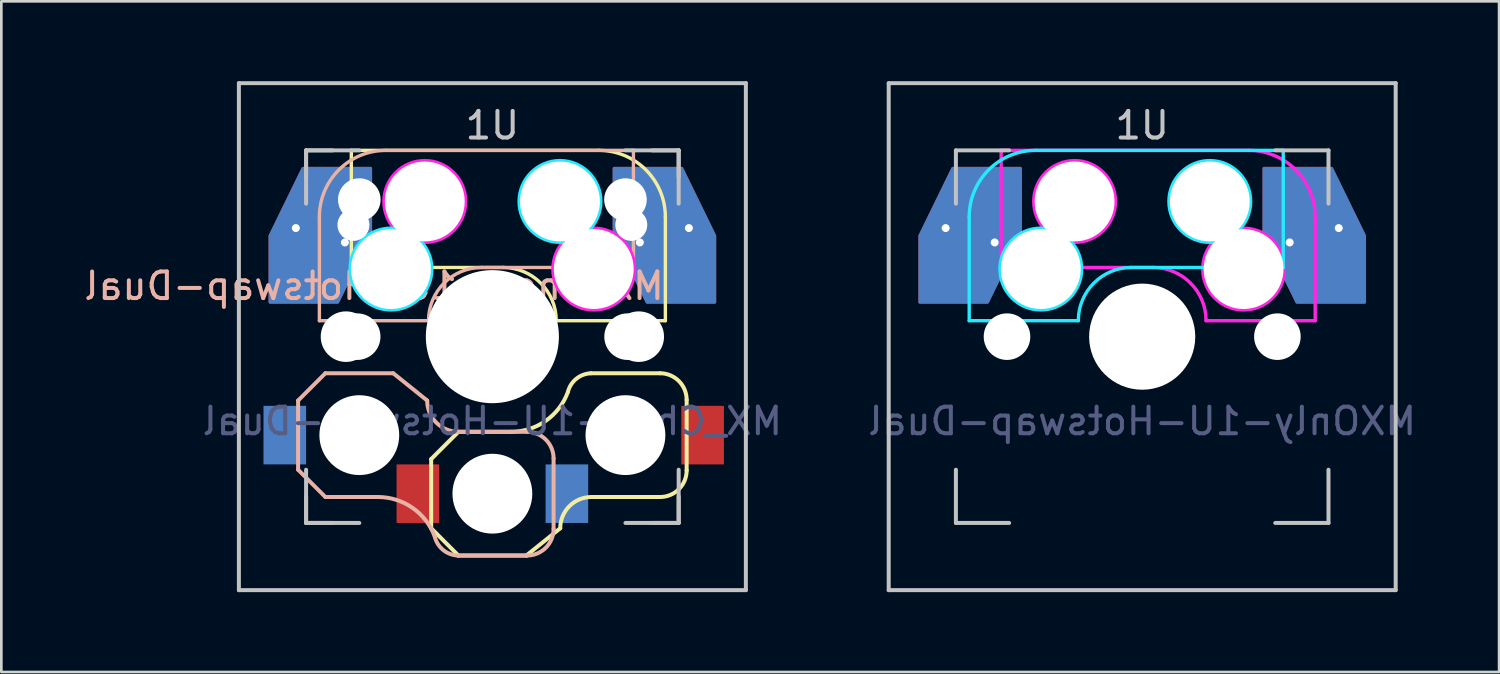
<source format=kicad_pcb>
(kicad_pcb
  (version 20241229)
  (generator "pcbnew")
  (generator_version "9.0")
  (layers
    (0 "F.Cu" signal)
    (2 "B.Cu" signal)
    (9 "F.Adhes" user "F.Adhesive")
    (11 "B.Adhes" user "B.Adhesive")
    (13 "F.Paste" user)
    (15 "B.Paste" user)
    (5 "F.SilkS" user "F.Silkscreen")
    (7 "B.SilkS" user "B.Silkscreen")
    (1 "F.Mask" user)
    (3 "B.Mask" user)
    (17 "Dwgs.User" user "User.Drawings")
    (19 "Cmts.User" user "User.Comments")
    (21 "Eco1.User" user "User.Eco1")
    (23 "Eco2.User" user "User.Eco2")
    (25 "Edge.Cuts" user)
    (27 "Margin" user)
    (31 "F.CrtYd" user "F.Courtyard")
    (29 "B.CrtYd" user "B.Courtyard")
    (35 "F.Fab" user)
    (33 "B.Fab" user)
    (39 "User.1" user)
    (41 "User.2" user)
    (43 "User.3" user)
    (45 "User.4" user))
  (footprint "MX_Choc-1U-Hotswap-Dual"
    (layer "F.Cu")
    (at 15.451 9.6)
    (property "Reference" "MX_Choc-1U-Hotswap-Dual" (at 0 3.175 0) (layer "B.Fab") (effects (font (size 1 1) (thickness 0.15)) (justify mirror)))
    (attr smd)
    (fp_line (start -5.3 -7) (end -5.3 -2.6) (stroke (width 0.127) (type solid)) (layer "F.SilkS"))
    (fp_line (start -5.3 -7) (end 4 -7) (stroke (width 0.127) (type solid)) (layer "F.SilkS"))
    (fp_line (start -2.3 4.6) (end -1.275 3.575) (stroke (width 0.15) (type solid)) (layer "F.SilkS"))
    (fp_line (start -2.3 7.2) (end -2.3 4.6) (stroke (width 0.15) (type solid)) (layer "F.SilkS"))
    (fp_line (start -2.3 7.2) (end -1.275 8.225) (stroke (width 0.15) (type solid)) (layer "F.SilkS"))
    (fp_line (start 0.4 -2.6) (end -5.3 -2.6) (stroke (width 0.127) (type solid)) (layer "F.SilkS"))
    (fp_line (start 0.7 3.575) (end -1.275 3.575) (stroke (width 0.15) (type solid)) (layer "F.SilkS"))
    (fp_line (start 1.275 8.225) (end -1.275 8.225) (stroke (width 0.15) (type solid)) (layer "F.SilkS"))
    (fp_line (start 1.275 8.225) (end 2.55 7.2) (stroke (width 0.15) (type solid)) (layer "F.SilkS"))
    (fp_line (start 6.3 1.375) (end 3.7 1.375) (stroke (width 0.15) (type solid)) (layer "F.SilkS"))
    (fp_line (start 6.3 6.025) (end 3.725 6.025) (stroke (width 0.15) (type solid)) (layer "F.SilkS"))
    (fp_line (start 6.5 -4.5) (end 6.5 -0.6) (stroke (width 0.127) (type solid)) (layer "F.SilkS"))
    (fp_line (start 6.5 -0.6) (end 2.4 -0.6) (stroke (width 0.127) (type solid)) (layer "F.SilkS"))
    (fp_line (start 7.3 5.025) (end 7.3 2.375) (stroke (width 0.15) (type solid)) (layer "F.SilkS"))
    (fp_arc (start 0.4 -2.6) (mid 1.814214 -2.014214) (end 2.4 -0.6) (stroke (width 0.127) (type solid)) (layer "F.SilkS"))
    (fp_arc (start 2.55 7.2) (mid 2.89415 6.36915) (end 3.725 6.025) (stroke (width 0.15) (type solid)) (layer "F.SilkS"))
    (fp_arc (start 2.837801 2.078096) (mid 2.004887 3.163571) (end 0.7 3.575) (stroke (width 0.15) (type solid)) (layer "F.SilkS"))
    (fp_arc (start 2.837801 2.078096) (mid 3.151716 1.583979) (end 3.699005 1.376209) (stroke (width 0.15) (type solid)) (layer "F.SilkS"))
    (fp_arc (start 4 -7) (mid 5.767767 -6.267767) (end 6.5 -4.5) (stroke (width 0.127) (type solid)) (layer "F.SilkS"))
    (fp_arc (start 6.3 1.375) (mid 7.007107 1.667893) (end 7.3 2.375) (stroke (width 0.15) (type solid)) (layer "F.SilkS"))
    (fp_arc (start 7.3 5.025) (mid 7.007107 5.732107) (end 6.3 6.025) (stroke (width 0.15) (type solid)) (layer "F.SilkS"))
    (fp_line (start -7.3 2.4) (end -7.3 5) (stroke (width 0.15) (type solid)) (layer "B.SilkS"))
    (fp_line (start -7.3 2.4) (end -6.275 1.375) (stroke (width 0.15) (type solid)) (layer "B.SilkS"))
    (fp_line (start -7.3 5) (end -6.275 6.025) (stroke (width 0.15) (type solid)) (layer "B.SilkS"))
    (fp_line (start -6.5 -4.5) (end -6.5 -0.6) (stroke (width 0.127) (type solid)) (layer "B.SilkS"))
    (fp_line (start -6.5 -0.6) (end -2.4 -0.6) (stroke (width 0.127) (type solid)) (layer "B.SilkS"))
    (fp_line (start -4.3 6.025) (end -6.275 6.025) (stroke (width 0.15) (type solid)) (layer "B.SilkS"))
    (fp_line (start -3.725 1.375) (end -6.275 1.375) (stroke (width 0.15) (type solid)) (layer "B.SilkS"))
    (fp_line (start -3.725 1.375) (end -2.45 2.4) (stroke (width 0.15) (type solid)) (layer "B.SilkS"))
    (fp_line (start -0.4 -2.6) (end 5.3 -2.6) (stroke (width 0.127) (type solid)) (layer "B.SilkS"))
    (fp_line (start 1.3 3.575) (end -1.275 3.575) (stroke (width 0.15) (type solid)) (layer "B.SilkS"))
    (fp_line (start 1.3 8.225) (end -1.3 8.225) (stroke (width 0.15) (type solid)) (layer "B.SilkS"))
    (fp_line (start 2.3 4.575) (end 2.3 7.225) (stroke (width 0.15) (type solid)) (layer "B.SilkS"))
    (fp_line (start 5.3 -7) (end -4 -7) (stroke (width 0.127) (type solid)) (layer "B.SilkS"))
    (fp_line (start 5.3 -7) (end 5.3 -2.6) (stroke (width 0.127) (type solid)) (layer "B.SilkS"))
    (fp_arc (start -6.5 -4.5) (mid -5.767767 -6.267767) (end -4 -7) (stroke (width 0.127) (type solid)) (layer "B.SilkS"))
    (fp_arc (start -4.3 6.025) (mid -2.995114 6.436429) (end -2.162199 7.521904) (stroke (width 0.15) (type solid)) (layer "B.SilkS"))
    (fp_arc (start -2.4 -0.6) (mid -1.814214 -2.014214) (end -0.4 -2.6) (stroke (width 0.127) (type solid)) (layer "B.SilkS"))
    (fp_arc (start -1.300995 8.223791) (mid -1.848284 8.016021) (end -2.162199 7.521904) (stroke (width 0.15) (type solid)) (layer "B.SilkS"))
    (fp_arc (start -1.275 3.575) (mid -2.10585 3.23085) (end -2.45 2.4) (stroke (width 0.15) (type solid)) (layer "B.SilkS"))
    (fp_arc (start 1.3 3.575) (mid 2.007107 3.867893) (end 2.3 4.575) (stroke (width 0.15) (type solid)) (layer "B.SilkS"))
    (fp_arc (start 2.3 7.225) (mid 2.007107 7.932107) (end 1.3 8.225) (stroke (width 0.15) (type solid)) (layer "B.SilkS"))
    (fp_line (start -9.525 -9.525) (end 9.525 -9.525) (stroke (width 0.15) (type solid)) (layer "Dwgs.User"))
    (fp_line (start -9.525 9.525) (end -9.525 -9.525) (stroke (width 0.15) (type solid)) (layer "Dwgs.User"))
    (fp_line (start -7 -7) (end -7 -5) (stroke (width 0.15) (type solid)) (layer "Dwgs.User"))
    (fp_line (start -7 -7) (end -6 -7) (stroke (width 0.15) (type solid)) (layer "Dwgs.User"))
    (fp_line (start -7 -6) (end -7 -7) (stroke (width 0.15) (type solid)) (layer "Dwgs.User"))
    (fp_line (start -7 5) (end -7 7) (stroke (width 0.15) (type solid)) (layer "Dwgs.User"))
    (fp_line (start -7 7) (end -7 6) (stroke (width 0.15) (type solid)) (layer "Dwgs.User"))
    (fp_line (start -7 7) (end -5 7) (stroke (width 0.15) (type solid)) (layer "Dwgs.User"))
    (fp_line (start -6 7) (end -7 7) (stroke (width 0.15) (type solid)) (layer "Dwgs.User"))
    (fp_line (start -5 -7) (end -7 -7) (stroke (width 0.15) (type solid)) (layer "Dwgs.User"))
    (fp_line (start 5 7) (end 7 7) (stroke (width 0.15) (type solid)) (layer "Dwgs.User"))
    (fp_line (start 6 7) (end 7 7) (stroke (width 0.15) (type solid)) (layer "Dwgs.User"))
    (fp_line (start 7 -7) (end 5 -7) (stroke (width 0.15) (type solid)) (layer "Dwgs.User"))
    (fp_line (start 7 -7) (end 6 -7) (stroke (width 0.15) (type solid)) (layer "Dwgs.User"))
    (fp_line (start 7 -6) (end 7 -7) (stroke (width 0.15) (type solid)) (layer "Dwgs.User"))
    (fp_line (start 7 -5) (end 7 -7) (stroke (width 0.15) (type solid)) (layer "Dwgs.User"))
    (fp_line (start 7 7) (end 7 5) (stroke (width 0.15) (type solid)) (layer "Dwgs.User"))
    (fp_line (start 7 7) (end 7 6) (stroke (width 0.15) (type solid)) (layer "Dwgs.User"))
    (fp_line (start 9.525 -9.525) (end 9.525 9.525) (stroke (width 0.15) (type solid)) (layer "Dwgs.User"))
    (fp_line (start 9.525 9.525) (end -9.525 9.525) (stroke (width 0.15) (type solid)) (layer "Dwgs.User"))
    (fp_circle (center -3.81 -2.54) (end -3.81 -4.064) (stroke (width 0.15) (type solid)) (fill no) (layer "B.CrtYd"))
    (fp_circle (center 2.54 -5.08) (end 2.54 -6.604) (stroke (width 0.15) (type solid)) (fill no) (layer "B.CrtYd"))
    (fp_circle (center -2.54 -5.08) (end -2.54 -6.604) (stroke (width 0.15) (type solid)) (fill no) (layer "F.CrtYd"))
    (fp_circle (center 3.81 -2.54) (end 3.81 -4.064) (stroke (width 0.15) (type solid)) (fill no) (layer "F.CrtYd"))
    (fp_text user "${REFERENCE}" (at -4.445 -1.905 0) (layer "B.SilkS") (effects (font (size 1 1) (thickness 0.15)) (justify mirror)))
    (fp_text user "1U" (at 0 -7.938 180) (layer "Dwgs.User") (effects (font (size 1 1) (thickness 0.15))))
    (pad "" np_thru_hole circle (at -5.5 0 228.1) (size 1.9 1.9) (drill 1.9) (layers "*.Cu" "*.Mask"))
    (pad "" np_thru_hole circle (at -5.22 -4.2 180) (size 1.2 1.2) (drill 1.2) (layers "*.Cu" "*.Mask"))
    (pad "" np_thru_hole circle (at -5.08 0 48.1) (size 1.75 1.75) (drill 1.75) (layers "*.Cu" "*.Mask"))
    (pad "" np_thru_hole circle (at -5 -5.15 180) (size 1.6 1.6) (drill 1.6) (layers "*.Cu" "*.Mask"))
    (pad "" np_thru_hole circle (at -5 3.7 90) (size 3 3) (drill 3) (layers "*.Cu" "*.Mask"))
    (pad "" np_thru_hole circle (at -3.81 -2.54) (size 3 3) (drill 3) (layers "*.Cu" "*.Mask"))
    (pad "" np_thru_hole circle (at -2.54 -5.08 180) (size 3 3) (drill 3) (layers "*.Cu" "*.Mask"))
    (pad "" np_thru_hole circle (at 0 0 90) (size 5 5) (drill 5) (layers "*.Cu" "*.Mask"))
    (pad "" np_thru_hole circle (at 0 5.9 90) (size 3 3) (drill 3) (layers "*.Cu" "*.Mask"))
    (pad "" np_thru_hole circle (at 2.54 -5.08) (size 3 3) (drill 3) (layers "*.Cu" "*.Mask"))
    (pad "" np_thru_hole circle (at 3.81 -2.54 180) (size 3 3) (drill 3) (layers "*.Cu" "*.Mask"))
    (pad "" np_thru_hole circle (at 5 -5.15 180) (size 1.6 1.6) (drill 1.6) (layers "*.Cu" "*.Mask"))
    (pad "" np_thru_hole circle (at 5 3.7 270) (size 3 3) (drill 3) (layers "*.Cu" "*.Mask"))
    (pad "" np_thru_hole circle (at 5.08 0 48.1) (size 1.75 1.75) (drill 1.75) (layers "*.Cu" "*.Mask"))
    (pad "" np_thru_hole circle (at 5.22 -4.2 180) (size 1.2 1.2) (drill 1.2) (layers "*.Cu" "*.Mask"))
    (pad "" np_thru_hole circle (at 5.5 0 131.9) (size 1.9 1.9) (drill 1.9) (layers "*.Cu" "*.Mask"))
    (pad "1" smd rect (at -7.8 3.7 180) (size 1.6 2.2) (layers "B.Cu" "B.Mask" "B.Paste"))
    (pad "1" thru_hole circle (at -7.385 -4.08) (size 0.5 0.5) (drill 0.3) (layers "*.Cu" "*.Mask"))
    (pad "1" smd rect (at -7.085 -2.54) (size 2.55 2.5) (layers "B.Cu" "B.Mask" "B.Paste"))
    (pad "1" smd custom (at -7.085 -2.54) (size 2.55 2.5) (layers "F.Cu") (options (anchor rect)) (primitives (gr_poly (pts (xy 2.515 -1.29) (xy 1.275 1.25) (xy -1.275 1.25) (xy -1.275 -1.25) (xy -0.035 -3.79) (xy 2.515 -3.79)) (width 0.1) (fill yes))))
    (pad "1" smd rect (at -5.842 -5.08 180) (size 2.55 2.5) (layers "F.Cu" "F.Mask" "F.Paste"))
    (pad "1" smd custom (at -5.842 -5.08) (size 2.55 2.5) (layers "B.Cu") (options (anchor rect)) (primitives (gr_poly (pts (xy 1.272 1.25) (xy 0.032 3.79) (xy -2.518 3.79) (xy -2.518 1.29) (xy -1.278 -1.25) (xy 1.272 -1.25)) (width 0.1) (fill yes))))
    (pad "1" thru_hole circle (at -5.542 -3.54) (size 0.5 0.5) (drill 0.3) (layers "*.Cu" "*.Mask"))
    (pad "1" smd rect (at -2.8 5.9 180) (size 1.6 2.2) (layers "F.Cu" "F.Mask" "F.Paste"))
    (pad "2" smd rect (at 2.8 5.9 180) (size 1.6 2.2) (layers "B.Cu" "B.Mask" "B.Paste"))
    (pad "2" thru_hole circle (at 5.542 -3.54 180) (size 0.5 0.5) (drill 0.3) (layers "*.Cu" "*.Mask"))
    (pad "2" smd rect (at 5.842 -5.08) (size 2.55 2.5) (layers "B.Cu" "B.Mask" "B.Paste"))
    (pad "2" smd custom (at 5.842 -5.08) (size 2.55 2.5) (layers "F.Cu") (options (anchor rect)) (primitives (gr_poly (pts (xy -1.272 1.25) (xy -0.032 3.79) (xy 2.518 3.79) (xy 2.518 1.29) (xy 1.278 -1.25) (xy -1.272 -1.25)) (width 0.1) (fill yes))))
    (pad "2" smd rect (at 7.085 -2.54 180) (size 2.55 2.5) (layers "F.Cu" "F.Mask" "F.Paste"))
    (pad "2" smd custom (at 7.085 -2.54) (size 2.55 2.5) (layers "B.Cu") (options (anchor rect)) (primitives (gr_poly (pts (xy -2.515 -1.29) (xy -1.275 1.25) (xy 1.275 1.25) (xy 1.275 -1.25) (xy 0.035 -3.79) (xy -2.515 -3.79)) (width 0.1) (fill yes))))
    (pad "2" thru_hole circle (at 7.385 -4.08 180) (size 0.5 0.5) (drill 0.3) (layers "*.Cu" "*.Mask"))
    (pad "2" smd rect (at 7.9 3.7 180) (size 1.6 2.2) (layers "F.Cu" "F.Mask" "F.Paste")))
  (footprint "MXOnly-1U-Hotswap-Dual"
    (layer "F.Cu")
    (at 39.868 9.6)
    (property "Reference" "MXOnly-1U-Hotswap-Dual" (at 0 3.175 0) (layer "B.Fab") (effects (font (size 1 1) (thickness 0.15)) (justify mirror)))
    (attr smd)
    (fp_line (start -9.525 -9.525) (end 9.525 -9.525) (stroke (width 0.15) (type solid)) (layer "Dwgs.User"))
    (fp_line (start -9.525 9.525) (end -9.525 -9.525) (stroke (width 0.15) (type solid)) (layer "Dwgs.User"))
    (fp_line (start -7 -7) (end -7 -5) (stroke (width 0.15) (type solid)) (layer "Dwgs.User"))
    (fp_line (start -7 5) (end -7 7) (stroke (width 0.15) (type solid)) (layer "Dwgs.User"))
    (fp_line (start -7 7) (end -5 7) (stroke (width 0.15) (type solid)) (layer "Dwgs.User"))
    (fp_line (start -5 -7) (end -7 -7) (stroke (width 0.15) (type solid)) (layer "Dwgs.User"))
    (fp_line (start 5 7) (end 7 7) (stroke (width 0.15) (type solid)) (layer "Dwgs.User"))
    (fp_line (start 7 -7) (end 5 -7) (stroke (width 0.15) (type solid)) (layer "Dwgs.User"))
    (fp_line (start 7 -5) (end 7 -7) (stroke (width 0.15) (type solid)) (layer "Dwgs.User"))
    (fp_line (start 7 7) (end 7 5) (stroke (width 0.15) (type solid)) (layer "Dwgs.User"))
    (fp_line (start 9.525 -9.525) (end 9.525 9.525) (stroke (width 0.15) (type solid)) (layer "Dwgs.User"))
    (fp_line (start 9.525 9.525) (end -9.525 9.525) (stroke (width 0.15) (type solid)) (layer "Dwgs.User"))
    (fp_line (start -6.5 -4.5) (end -6.5 -0.6) (stroke (width 0.127) (type solid)) (layer "B.CrtYd"))
    (fp_line (start -6.5 -0.6) (end -2.4 -0.6) (stroke (width 0.127) (type solid)) (layer "B.CrtYd"))
    (fp_line (start -0.4 -2.6) (end 5.3 -2.6) (stroke (width 0.127) (type solid)) (layer "B.CrtYd"))
    (fp_line (start 5.3 -7) (end -4 -7) (stroke (width 0.127) (type solid)) (layer "B.CrtYd"))
    (fp_line (start 5.3 -7) (end 5.3 -2.6) (stroke (width 0.127) (type solid)) (layer "B.CrtYd"))
    (fp_arc (start -6.5 -4.5) (mid -5.767767 -6.267767) (end -4 -7) (stroke (width 0.127) (type solid)) (layer "B.CrtYd"))
    (fp_arc (start -2.4 -0.6) (mid -1.814214 -2.014214) (end -0.4 -2.6) (stroke (width 0.127) (type solid)) (layer "B.CrtYd"))
    (fp_circle (center -3.81 -2.54) (end -3.81 -4.064) (stroke (width 0.15) (type solid)) (fill no) (layer "B.CrtYd"))
    (fp_circle (center 2.54 -5.08) (end 2.54 -6.604) (stroke (width 0.15) (type solid)) (fill no) (layer "B.CrtYd"))
    (fp_line (start -5.3 -7) (end -5.3 -2.6) (stroke (width 0.127) (type solid)) (layer "F.CrtYd"))
    (fp_line (start -5.3 -7) (end 4 -7) (stroke (width 0.127) (type solid)) (layer "F.CrtYd"))
    (fp_line (start 0.4 -2.6) (end -5.3 -2.6) (stroke (width 0.127) (type solid)) (layer "F.CrtYd"))
    (fp_line (start 6.5 -4.5) (end 6.5 -0.6) (stroke (width 0.127) (type solid)) (layer "F.CrtYd"))
    (fp_line (start 6.5 -0.6) (end 2.4 -0.6) (stroke (width 0.127) (type solid)) (layer "F.CrtYd"))
    (fp_arc (start 0.4 -2.6) (mid 1.814214 -2.014214) (end 2.4 -0.6) (stroke (width 0.127) (type solid)) (layer "F.CrtYd"))
    (fp_arc (start 4 -7) (mid 5.767767 -6.267767) (end 6.5 -4.5) (stroke (width 0.127) (type solid)) (layer "F.CrtYd"))
    (fp_circle (center -2.54 -5.08) (end -2.54 -6.604) (stroke (width 0.15) (type solid)) (fill no) (layer "F.CrtYd"))
    (fp_circle (center 3.81 -2.54) (end 3.81 -4.064) (stroke (width 0.15) (type solid)) (fill no) (layer "F.CrtYd"))
    (fp_text user "1U" (at 0 -7.938 180) (layer "Dwgs.User") (effects (font (size 1 1) (thickness 0.15))))
    (pad "" np_thru_hole circle (at -5.08 0 48.1) (size 1.75 1.75) (drill 1.75) (layers "*.Cu" "*.Mask"))
    (pad "" np_thru_hole circle (at -3.81 -2.54) (size 3 3) (drill 3) (layers "*.Cu" "*.Mask"))
    (pad "" np_thru_hole circle (at -2.54 -5.08 180) (size 3 3) (drill 3) (layers "*.Cu" "*.Mask"))
    (pad "" np_thru_hole circle (at 0 0) (size 3.988 3.988) (drill 3.988) (layers "*.Cu" "*.Mask"))
    (pad "" np_thru_hole circle (at 2.54 -5.08) (size 3 3) (drill 3) (layers "*.Cu" "*.Mask"))
    (pad "" np_thru_hole circle (at 3.81 -2.54 180) (size 3 3) (drill 3) (layers "*.Cu" "*.Mask"))
    (pad "" np_thru_hole circle (at 5.08 0 48.1) (size 1.75 1.75) (drill 1.75) (layers "*.Cu" "*.Mask"))
    (pad "1" thru_hole circle (at -7.385 -4.08) (size 0.5 0.5) (drill 0.3) (layers "*.Cu" "*.Mask"))
    (pad "1" smd rect (at -7.085 -2.54) (size 2.55 2.5) (layers "B.Cu" "B.Mask" "B.Paste"))
    (pad "1" smd custom (at -7.085 -2.54) (size 2.55 2.5) (layers "F.Cu") (options (anchor rect)) (primitives (gr_poly (pts (xy 2.515 -1.29) (xy 1.275 1.25) (xy -1.275 1.25) (xy -1.275 -1.25) (xy -0.035 -3.79) (xy 2.515 -3.79)) (width 0.1) (fill yes))))
    (pad "1" smd rect (at -5.842 -5.08 180) (size 2.55 2.5) (layers "F.Cu" "F.Mask" "F.Paste"))
    (pad "1" smd custom (at -5.842 -5.08) (size 2.55 2.5) (layers "B.Cu") (options (anchor rect)) (primitives (gr_poly (pts (xy 1.272 1.25) (xy 0.032 3.79) (xy -2.518 3.79) (xy -2.518 1.29) (xy -1.278 -1.25) (xy 1.272 -1.25)) (width 0.1) (fill yes))))
    (pad "1" thru_hole circle (at -5.542 -3.54) (size 0.5 0.5) (drill 0.3) (layers "*.Cu" "*.Mask"))
    (pad "2" thru_hole circle (at 5.542 -3.54 180) (size 0.5 0.5) (drill 0.3) (layers "*.Cu" "*.Mask"))
    (pad "2" smd rect (at 5.842 -5.08) (size 2.55 2.5) (layers "B.Cu" "B.Mask" "B.Paste"))
    (pad "2" smd custom (at 5.842 -5.08) (size 2.55 2.5) (layers "F.Cu") (options (anchor rect)) (primitives (gr_poly (pts (xy -1.272 1.25) (xy -0.032 3.79) (xy 2.518 3.79) (xy 2.518 1.29) (xy 1.278 -1.25) (xy -1.272 -1.25)) (width 0.1) (fill yes))))
    (pad "2" smd rect (at 7.085 -2.54 180) (size 2.55 2.5) (layers "F.Cu" "F.Mask" "F.Paste"))
    (pad "2" smd custom (at 7.085 -2.54) (size 2.55 2.5) (layers "B.Cu") (options (anchor rect)) (primitives (gr_poly (pts (xy -2.515 -1.29) (xy -1.275 1.25) (xy 1.275 1.25) (xy 1.275 -1.25) (xy 0.035 -3.79) (xy -2.515 -3.79)) (width 0.1) (fill yes))))
    (pad "2" thru_hole circle (at 7.385 -4.08 180) (size 0.5 0.5) (drill 0.3) (layers "*.Cu" "*.Mask")))
  (gr_rect
    (start -3 -3)
    (end 53.278 22.2)
    (stroke (width 0.1) (type default))
    (fill no)
    (layer "Edge.Cuts")))
</source>
